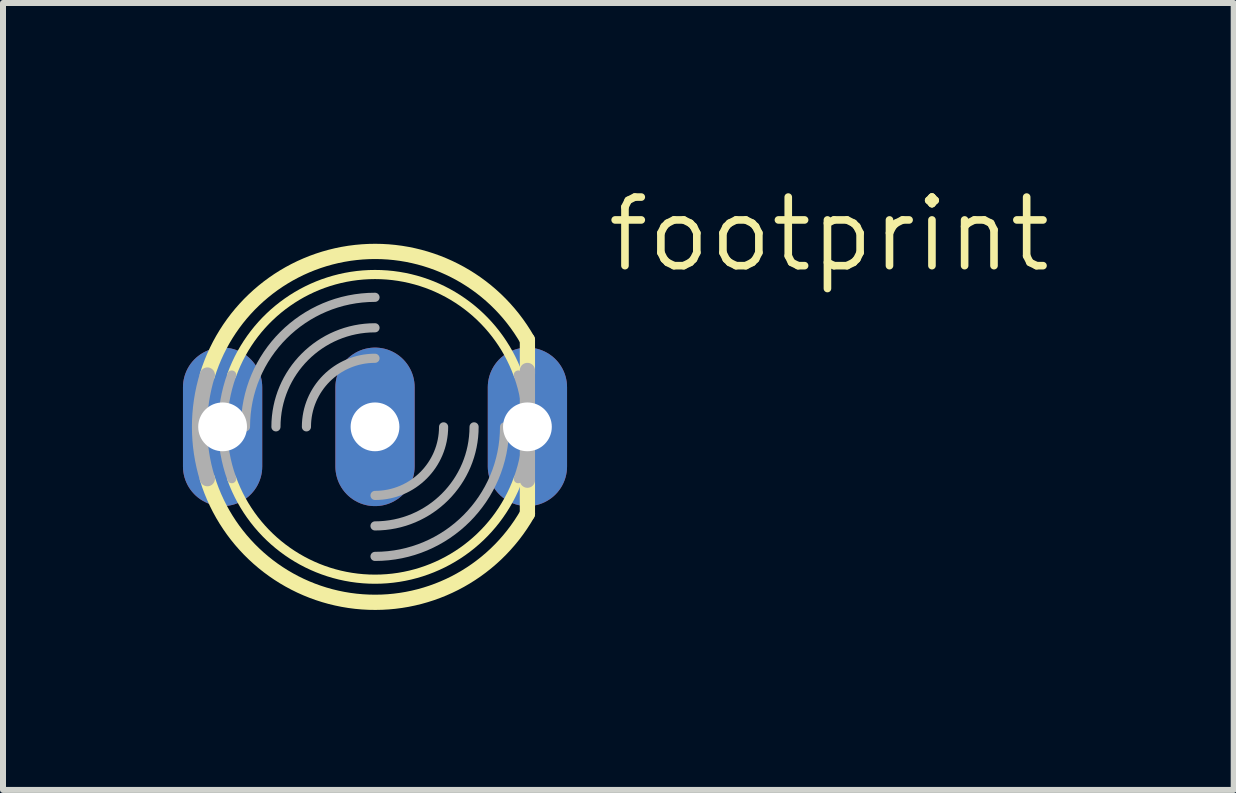
<source format=kicad_pcb>
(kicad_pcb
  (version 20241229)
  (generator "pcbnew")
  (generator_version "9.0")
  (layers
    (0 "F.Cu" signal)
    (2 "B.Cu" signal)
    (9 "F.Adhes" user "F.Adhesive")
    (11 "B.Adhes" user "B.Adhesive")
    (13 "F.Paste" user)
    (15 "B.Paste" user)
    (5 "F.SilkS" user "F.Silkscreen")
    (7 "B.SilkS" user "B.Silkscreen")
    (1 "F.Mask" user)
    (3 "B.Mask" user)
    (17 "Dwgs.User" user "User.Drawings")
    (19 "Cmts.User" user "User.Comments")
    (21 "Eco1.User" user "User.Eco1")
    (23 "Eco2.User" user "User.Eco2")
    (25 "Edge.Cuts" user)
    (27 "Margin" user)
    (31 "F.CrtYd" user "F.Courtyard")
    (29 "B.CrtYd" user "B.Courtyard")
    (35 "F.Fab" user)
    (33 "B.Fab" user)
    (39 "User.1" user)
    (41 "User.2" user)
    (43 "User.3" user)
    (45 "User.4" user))
  (footprint "footprint"
    (layer "F.Cu")
    (at 3.2 4.064)
    (property "Reference" "footprint" (at 3.81 -2.54 0) (layer "F.SilkS") (effects (font (size 1.143 1.143) (thickness 0.127)) (justify left bottom)))
    (fp_line (start 2.54 -1.448) (end 2.54 -0.889) (stroke (width 0.254) (type solid)) (layer "F.SilkS"))
    (fp_line (start 2.54 0.889) (end 2.54 1.448) (stroke (width 0.254) (type solid)) (layer "F.SilkS"))
    (fp_arc (start -2.7933 -0.8634) (mid -0.3185 -2.906455) (end 2.540001 -1.447798) (stroke (width 0.254) (type solid)) (layer "F.SilkS"))
    (fp_arc (start -2.3876 -0.8636) (mid 0 -2.538984) (end 2.3876 -0.8636) (stroke (width 0.1524) (type solid)) (layer "F.SilkS"))
    (fp_arc (start 2.3876 0.8636) (mid 0 2.538984) (end -2.3876 0.8636) (stroke (width 0.1524) (type solid)) (layer "F.SilkS"))
    (fp_arc (start 2.540698 1.448201) (mid -0.318535 2.906916) (end -2.794 0.8636) (stroke (width 0.254) (type solid)) (layer "F.SilkS"))
    (fp_line (start 2.54 -0.94) (end 2.54 0.889) (stroke (width 0.254) (type solid)) (layer "F.Fab"))
    (fp_arc (start -2.794 0.8636) (mid -2.924421 0) (end -2.794 -0.8636) (stroke (width 0.254) (type solid)) (layer "F.Fab"))
    (fp_arc (start -2.3876 0.8636) (mid -2.538984 0) (end -2.3876 -0.8636) (stroke (width 0.1524) (type solid)) (layer "F.Fab"))
    (fp_arc (start -2.159 0) (mid -1.526644 -1.526644) (end 0 -2.159) (stroke (width 0.1524) (type solid)) (layer "F.Fab"))
    (fp_arc (start -1.651 0) (mid -1.167433 -1.167433) (end 0 -1.651) (stroke (width 0.1524) (type solid)) (layer "F.Fab"))
    (fp_arc (start -1.143 0) (mid -0.808223 -0.808223) (end 0 -1.143) (stroke (width 0.1524) (type solid)) (layer "F.Fab"))
    (fp_arc (start 1.143 0) (mid 0.808223 0.808223) (end 0 1.143) (stroke (width 0.1524) (type solid)) (layer "F.Fab"))
    (fp_arc (start 1.651 0) (mid 1.167433 1.167433) (end 0 1.651) (stroke (width 0.1524) (type solid)) (layer "F.Fab"))
    (fp_arc (start 2.159 0) (mid 1.526644 1.526644) (end 0 2.159) (stroke (width 0.1524) (type solid)) (layer "F.Fab"))
    (fp_arc (start 2.3876 -0.8636) (mid 2.538984 0) (end 2.3876 0.8636) (stroke (width 0.1524) (type solid)) (layer "F.Fab"))
    (pad "A" thru_hole oval (at 0 0 90) (size 2.642 1.321) (drill 0.813) (layers "*.Cu" "*.Mask"))
    (pad "CR" thru_hole oval (at 2.54 0 90) (size 2.642 1.321) (drill 0.813) (layers "*.Cu" "*.Mask"))
    (pad "CX" thru_hole oval (at -2.54 0 90) (size 2.642 1.321) (drill 0.813) (layers "*.Cu" "*.Mask")))
  (gr_rect
    (start -3 -3)
    (end 17.511 10.115)
    (stroke (width 0.1) (type default))
    (fill no)
    (layer "Edge.Cuts")))
</source>
